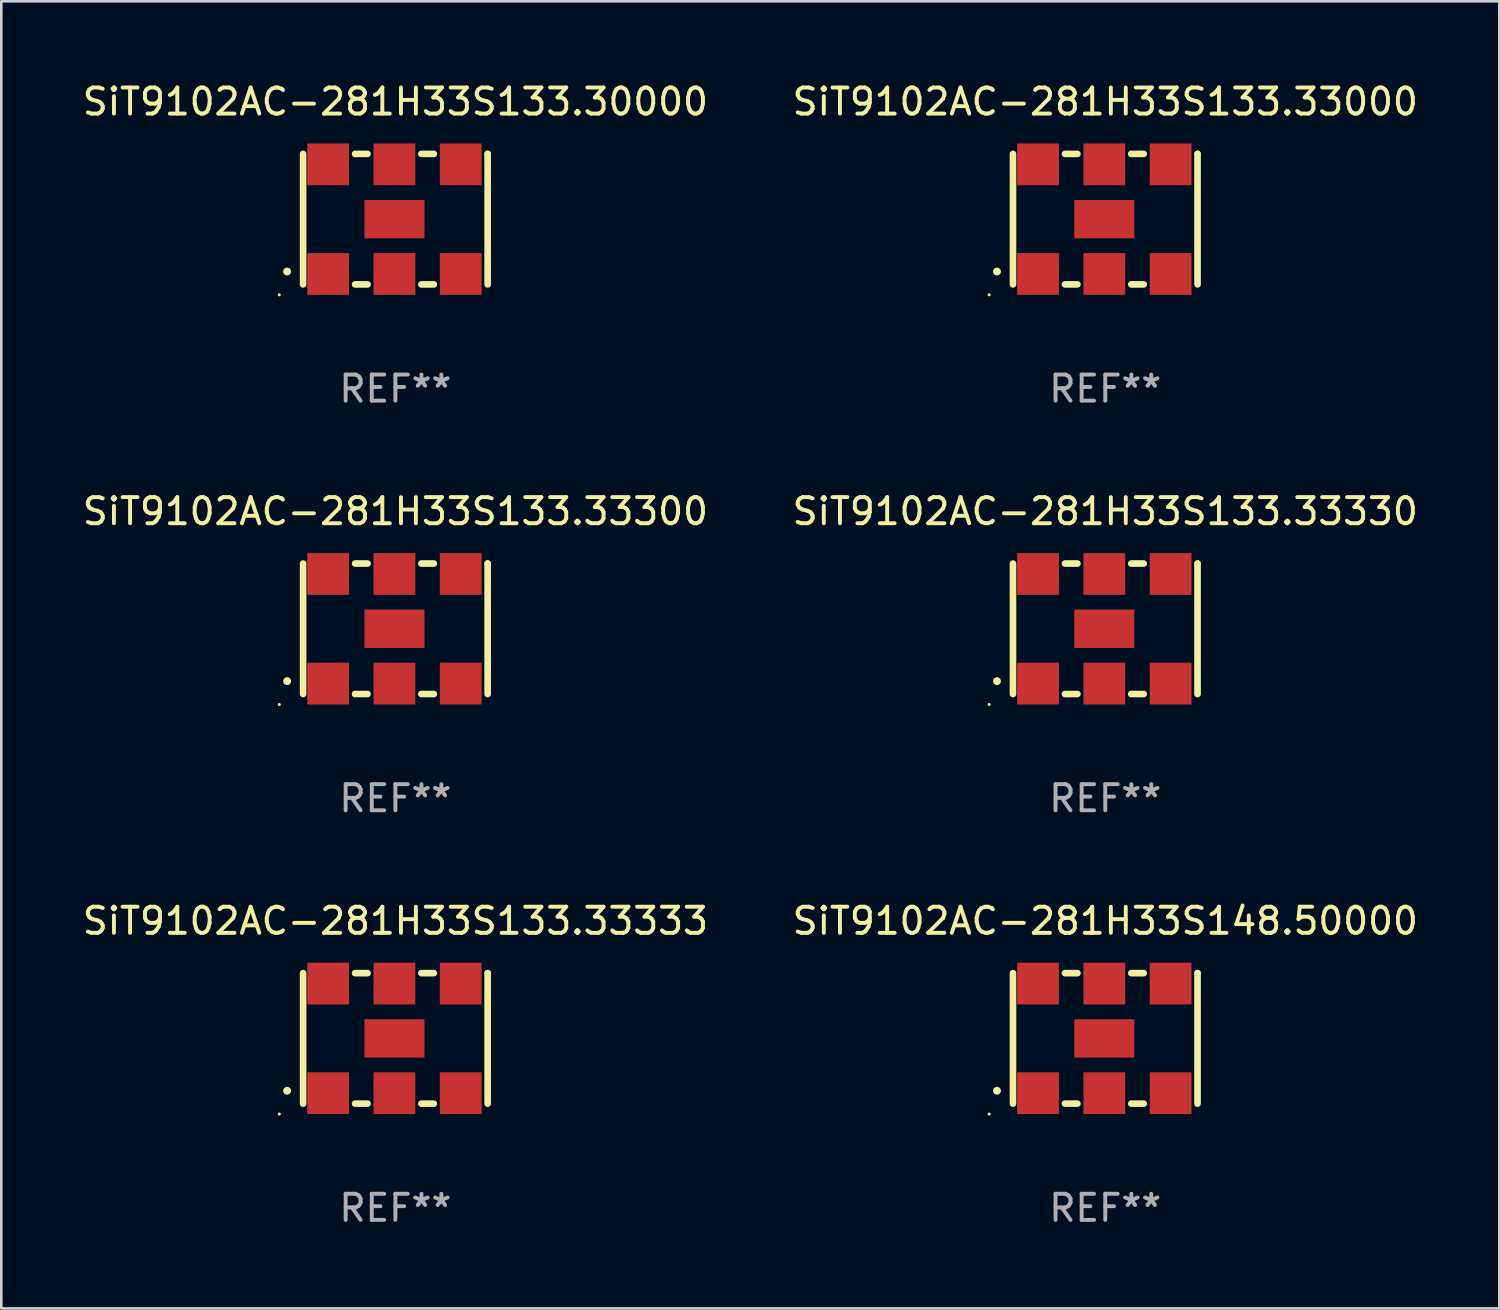
<source format=kicad_pcb>
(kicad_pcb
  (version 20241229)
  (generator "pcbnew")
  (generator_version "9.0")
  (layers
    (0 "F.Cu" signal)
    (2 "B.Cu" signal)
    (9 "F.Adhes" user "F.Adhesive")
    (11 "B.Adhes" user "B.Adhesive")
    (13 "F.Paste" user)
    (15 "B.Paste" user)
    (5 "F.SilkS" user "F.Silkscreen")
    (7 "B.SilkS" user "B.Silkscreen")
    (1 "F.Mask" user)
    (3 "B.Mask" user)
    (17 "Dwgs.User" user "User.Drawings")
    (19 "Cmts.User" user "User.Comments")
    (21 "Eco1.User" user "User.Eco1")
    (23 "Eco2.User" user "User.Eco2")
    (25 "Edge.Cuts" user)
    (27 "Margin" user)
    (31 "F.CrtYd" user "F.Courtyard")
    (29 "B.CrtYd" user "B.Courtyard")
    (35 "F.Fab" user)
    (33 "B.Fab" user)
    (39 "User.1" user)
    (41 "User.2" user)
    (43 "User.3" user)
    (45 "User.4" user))
  (footprint "SiT9102AC-281H33S133.33330"
    (layer "F.Cu")
    (at 39.304 21.045)
    (property "Reference" "SiT9102AC-281H33S133.33330" (at 0 -4.5 0) (layer "F.SilkS") (effects (font (size 1 1) (thickness 0.15))))
    (attr through_hole)
    (fp_line (start -3.536 -2.5) (end -3.536 2.5) (stroke (width 0.254) (type solid)) (layer "F.SilkS"))
    (fp_line (start -1.544 2.5) (end -1.067 2.5) (stroke (width 0.254) (type solid)) (layer "F.SilkS"))
    (fp_line (start -1.067 -2.5) (end -1.544 -2.5) (stroke (width 0.254) (type solid)) (layer "F.SilkS"))
    (fp_line (start 0.996 2.5) (end 1.473 2.5) (stroke (width 0.254) (type solid)) (layer "F.SilkS"))
    (fp_line (start 1.473 -2.5) (end 0.996 -2.5) (stroke (width 0.254) (type solid)) (layer "F.SilkS"))
    (fp_line (start 3.536 -2.5) (end 3.536 -2.5) (stroke (width 0.254) (type solid)) (layer "F.SilkS"))
    (fp_line (start 3.536 2.5) (end 3.536 -2.5) (stroke (width 0.254) (type solid)) (layer "F.SilkS"))
    (fp_arc (start -4.150432 2.006604) (mid -4.149162 2.006599) (end -4.147892 2.006604) (stroke (width 0.3) (type solid)) (layer "F.SilkS"))
    (fp_circle (center -4.449 2.9) (end -4.419 2.9) (stroke (width 0.06) (type solid)) (fill no) (layer "F.SilkS"))
    (fp_text user "REF**" (at 0 6.5 0) (layer "F.Fab") (effects (font (size 1 1) (thickness 0.15))))
    (pad "1" smd rect (at -2.576 2.1) (size 1.6 1.6) (layers "F.Cu" "F.Mask" "F.Paste"))
    (pad "2" smd rect (at -0.036 2.1) (size 1.6 1.6) (layers "F.Cu" "F.Mask" "F.Paste"))
    (pad "3" smd rect (at 2.504 2.1) (size 1.6 1.6) (layers "F.Cu" "F.Mask" "F.Paste"))
    (pad "4" smd rect (at 2.504 -2.1) (size 1.6 1.6) (layers "F.Cu" "F.Mask" "F.Paste"))
    (pad "5" smd rect (at -0.036 -2.1) (size 1.6 1.6) (layers "F.Cu" "F.Mask" "F.Paste"))
    (pad "6" smd rect (at -2.576 -2.1) (size 1.6 1.6) (layers "F.Cu" "F.Mask" "F.Paste"))
    (pad "7" smd rect (at -0.036 0) (size 2.3 1.47) (layers "F.Cu" "F.Mask" "F.Paste")))
  (footprint "SiT9102AC-281H33S133.30000"
    (layer "F.Cu")
    (at 12.101 5.348)
    (property "Reference" "SiT9102AC-281H33S133.30000" (at 0 -4.5 0) (layer "F.SilkS") (effects (font (size 1 1) (thickness 0.15))))
    (attr through_hole)
    (fp_line (start -3.536 -2.5) (end -3.536 2.5) (stroke (width 0.254) (type solid)) (layer "F.SilkS"))
    (fp_line (start -1.544 2.5) (end -1.067 2.5) (stroke (width 0.254) (type solid)) (layer "F.SilkS"))
    (fp_line (start -1.067 -2.5) (end -1.544 -2.5) (stroke (width 0.254) (type solid)) (layer "F.SilkS"))
    (fp_line (start 0.996 2.5) (end 1.473 2.5) (stroke (width 0.254) (type solid)) (layer "F.SilkS"))
    (fp_line (start 1.473 -2.5) (end 0.996 -2.5) (stroke (width 0.254) (type solid)) (layer "F.SilkS"))
    (fp_line (start 3.536 -2.5) (end 3.536 -2.5) (stroke (width 0.254) (type solid)) (layer "F.SilkS"))
    (fp_line (start 3.536 2.5) (end 3.536 -2.5) (stroke (width 0.254) (type solid)) (layer "F.SilkS"))
    (fp_arc (start -4.150432 2.006604) (mid -4.149162 2.006599) (end -4.147892 2.006604) (stroke (width 0.3) (type solid)) (layer "F.SilkS"))
    (fp_circle (center -4.449 2.9) (end -4.419 2.9) (stroke (width 0.06) (type solid)) (fill no) (layer "F.SilkS"))
    (fp_text user "REF**" (at 0 6.5 0) (layer "F.Fab") (effects (font (size 1 1) (thickness 0.15))))
    (pad "1" smd rect (at -2.576 2.1) (size 1.6 1.6) (layers "F.Cu" "F.Mask" "F.Paste"))
    (pad "2" smd rect (at -0.036 2.1) (size 1.6 1.6) (layers "F.Cu" "F.Mask" "F.Paste"))
    (pad "3" smd rect (at 2.504 2.1) (size 1.6 1.6) (layers "F.Cu" "F.Mask" "F.Paste"))
    (pad "4" smd rect (at 2.504 -2.1) (size 1.6 1.6) (layers "F.Cu" "F.Mask" "F.Paste"))
    (pad "5" smd rect (at -0.036 -2.1) (size 1.6 1.6) (layers "F.Cu" "F.Mask" "F.Paste"))
    (pad "6" smd rect (at -2.576 -2.1) (size 1.6 1.6) (layers "F.Cu" "F.Mask" "F.Paste"))
    (pad "7" smd rect (at -0.036 0) (size 2.3 1.47) (layers "F.Cu" "F.Mask" "F.Paste")))
  (footprint "SiT9102AC-281H33S133.33300"
    (layer "F.Cu")
    (at 12.101 21.045)
    (property "Reference" "SiT9102AC-281H33S133.33300" (at 0 -4.5 0) (layer "F.SilkS") (effects (font (size 1 1) (thickness 0.15))))
    (attr through_hole)
    (fp_line (start -3.536 -2.5) (end -3.536 2.5) (stroke (width 0.254) (type solid)) (layer "F.SilkS"))
    (fp_line (start -1.544 2.5) (end -1.067 2.5) (stroke (width 0.254) (type solid)) (layer "F.SilkS"))
    (fp_line (start -1.067 -2.5) (end -1.544 -2.5) (stroke (width 0.254) (type solid)) (layer "F.SilkS"))
    (fp_line (start 0.996 2.5) (end 1.473 2.5) (stroke (width 0.254) (type solid)) (layer "F.SilkS"))
    (fp_line (start 1.473 -2.5) (end 0.996 -2.5) (stroke (width 0.254) (type solid)) (layer "F.SilkS"))
    (fp_line (start 3.536 -2.5) (end 3.536 -2.5) (stroke (width 0.254) (type solid)) (layer "F.SilkS"))
    (fp_line (start 3.536 2.5) (end 3.536 -2.5) (stroke (width 0.254) (type solid)) (layer "F.SilkS"))
    (fp_arc (start -4.150432 2.006604) (mid -4.149162 2.006599) (end -4.147892 2.006604) (stroke (width 0.3) (type solid)) (layer "F.SilkS"))
    (fp_circle (center -4.449 2.9) (end -4.419 2.9) (stroke (width 0.06) (type solid)) (fill no) (layer "F.SilkS"))
    (fp_text user "REF**" (at 0 6.5 0) (layer "F.Fab") (effects (font (size 1 1) (thickness 0.15))))
    (pad "1" smd rect (at -2.576 2.1) (size 1.6 1.6) (layers "F.Cu" "F.Mask" "F.Paste"))
    (pad "2" smd rect (at -0.036 2.1) (size 1.6 1.6) (layers "F.Cu" "F.Mask" "F.Paste"))
    (pad "3" smd rect (at 2.504 2.1) (size 1.6 1.6) (layers "F.Cu" "F.Mask" "F.Paste"))
    (pad "4" smd rect (at 2.504 -2.1) (size 1.6 1.6) (layers "F.Cu" "F.Mask" "F.Paste"))
    (pad "5" smd rect (at -0.036 -2.1) (size 1.6 1.6) (layers "F.Cu" "F.Mask" "F.Paste"))
    (pad "6" smd rect (at -2.576 -2.1) (size 1.6 1.6) (layers "F.Cu" "F.Mask" "F.Paste"))
    (pad "7" smd rect (at -0.036 0) (size 2.3 1.47) (layers "F.Cu" "F.Mask" "F.Paste")))
  (footprint "SiT9102AC-281H33S133.33000"
    (layer "F.Cu")
    (at 39.304 5.348)
    (property "Reference" "SiT9102AC-281H33S133.33000" (at 0 -4.5 0) (layer "F.SilkS") (effects (font (size 1 1) (thickness 0.15))))
    (attr through_hole)
    (fp_line (start -3.536 -2.5) (end -3.536 2.5) (stroke (width 0.254) (type solid)) (layer "F.SilkS"))
    (fp_line (start -1.544 2.5) (end -1.067 2.5) (stroke (width 0.254) (type solid)) (layer "F.SilkS"))
    (fp_line (start -1.067 -2.5) (end -1.544 -2.5) (stroke (width 0.254) (type solid)) (layer "F.SilkS"))
    (fp_line (start 0.996 2.5) (end 1.473 2.5) (stroke (width 0.254) (type solid)) (layer "F.SilkS"))
    (fp_line (start 1.473 -2.5) (end 0.996 -2.5) (stroke (width 0.254) (type solid)) (layer "F.SilkS"))
    (fp_line (start 3.536 -2.5) (end 3.536 -2.5) (stroke (width 0.254) (type solid)) (layer "F.SilkS"))
    (fp_line (start 3.536 2.5) (end 3.536 -2.5) (stroke (width 0.254) (type solid)) (layer "F.SilkS"))
    (fp_arc (start -4.150432 2.006604) (mid -4.149162 2.006599) (end -4.147892 2.006604) (stroke (width 0.3) (type solid)) (layer "F.SilkS"))
    (fp_circle (center -4.449 2.9) (end -4.419 2.9) (stroke (width 0.06) (type solid)) (fill no) (layer "F.SilkS"))
    (fp_text user "REF**" (at 0 6.5 0) (layer "F.Fab") (effects (font (size 1 1) (thickness 0.15))))
    (pad "1" smd rect (at -2.576 2.1) (size 1.6 1.6) (layers "F.Cu" "F.Mask" "F.Paste"))
    (pad "2" smd rect (at -0.036 2.1) (size 1.6 1.6) (layers "F.Cu" "F.Mask" "F.Paste"))
    (pad "3" smd rect (at 2.504 2.1) (size 1.6 1.6) (layers "F.Cu" "F.Mask" "F.Paste"))
    (pad "4" smd rect (at 2.504 -2.1) (size 1.6 1.6) (layers "F.Cu" "F.Mask" "F.Paste"))
    (pad "5" smd rect (at -0.036 -2.1) (size 1.6 1.6) (layers "F.Cu" "F.Mask" "F.Paste"))
    (pad "6" smd rect (at -2.576 -2.1) (size 1.6 1.6) (layers "F.Cu" "F.Mask" "F.Paste"))
    (pad "7" smd rect (at -0.036 0) (size 2.3 1.47) (layers "F.Cu" "F.Mask" "F.Paste")))
  (footprint "SiT9102AC-281H33S148.50000"
    (layer "F.Cu")
    (at 39.304 36.741)
    (property "Reference" "SiT9102AC-281H33S148.50000" (at 0 -4.5 0) (layer "F.SilkS") (effects (font (size 1 1) (thickness 0.15))))
    (attr through_hole)
    (fp_line (start -3.536 -2.5) (end -3.536 2.5) (stroke (width 0.254) (type solid)) (layer "F.SilkS"))
    (fp_line (start -1.544 2.5) (end -1.067 2.5) (stroke (width 0.254) (type solid)) (layer "F.SilkS"))
    (fp_line (start -1.067 -2.5) (end -1.544 -2.5) (stroke (width 0.254) (type solid)) (layer "F.SilkS"))
    (fp_line (start 0.996 2.5) (end 1.473 2.5) (stroke (width 0.254) (type solid)) (layer "F.SilkS"))
    (fp_line (start 1.473 -2.5) (end 0.996 -2.5) (stroke (width 0.254) (type solid)) (layer "F.SilkS"))
    (fp_line (start 3.536 -2.5) (end 3.536 -2.5) (stroke (width 0.254) (type solid)) (layer "F.SilkS"))
    (fp_line (start 3.536 2.5) (end 3.536 -2.5) (stroke (width 0.254) (type solid)) (layer "F.SilkS"))
    (fp_arc (start -4.150432 2.006604) (mid -4.149162 2.006599) (end -4.147892 2.006604) (stroke (width 0.3) (type solid)) (layer "F.SilkS"))
    (fp_circle (center -4.449 2.9) (end -4.419 2.9) (stroke (width 0.06) (type solid)) (fill no) (layer "F.SilkS"))
    (fp_text user "REF**" (at 0 6.5 0) (layer "F.Fab") (effects (font (size 1 1) (thickness 0.15))))
    (pad "1" smd rect (at -2.576 2.1) (size 1.6 1.6) (layers "F.Cu" "F.Mask" "F.Paste"))
    (pad "2" smd rect (at -0.036 2.1) (size 1.6 1.6) (layers "F.Cu" "F.Mask" "F.Paste"))
    (pad "3" smd rect (at 2.504 2.1) (size 1.6 1.6) (layers "F.Cu" "F.Mask" "F.Paste"))
    (pad "4" smd rect (at 2.504 -2.1) (size 1.6 1.6) (layers "F.Cu" "F.Mask" "F.Paste"))
    (pad "5" smd rect (at -0.036 -2.1) (size 1.6 1.6) (layers "F.Cu" "F.Mask" "F.Paste"))
    (pad "6" smd rect (at -2.576 -2.1) (size 1.6 1.6) (layers "F.Cu" "F.Mask" "F.Paste"))
    (pad "7" smd rect (at -0.036 0) (size 2.3 1.47) (layers "F.Cu" "F.Mask" "F.Paste")))
  (footprint "SiT9102AC-281H33S133.33333"
    (layer "F.Cu")
    (at 12.101 36.741)
    (property "Reference" "SiT9102AC-281H33S133.33333" (at 0 -4.5 0) (layer "F.SilkS") (effects (font (size 1 1) (thickness 0.15))))
    (attr through_hole)
    (fp_line (start -3.536 -2.5) (end -3.536 2.5) (stroke (width 0.254) (type solid)) (layer "F.SilkS"))
    (fp_line (start -1.544 2.5) (end -1.067 2.5) (stroke (width 0.254) (type solid)) (layer "F.SilkS"))
    (fp_line (start -1.067 -2.5) (end -1.544 -2.5) (stroke (width 0.254) (type solid)) (layer "F.SilkS"))
    (fp_line (start 0.996 2.5) (end 1.473 2.5) (stroke (width 0.254) (type solid)) (layer "F.SilkS"))
    (fp_line (start 1.473 -2.5) (end 0.996 -2.5) (stroke (width 0.254) (type solid)) (layer "F.SilkS"))
    (fp_line (start 3.536 -2.5) (end 3.536 -2.5) (stroke (width 0.254) (type solid)) (layer "F.SilkS"))
    (fp_line (start 3.536 2.5) (end 3.536 -2.5) (stroke (width 0.254) (type solid)) (layer "F.SilkS"))
    (fp_arc (start -4.150432 2.006604) (mid -4.149162 2.006599) (end -4.147892 2.006604) (stroke (width 0.3) (type solid)) (layer "F.SilkS"))
    (fp_circle (center -4.449 2.9) (end -4.419 2.9) (stroke (width 0.06) (type solid)) (fill no) (layer "F.SilkS"))
    (fp_text user "REF**" (at 0 6.5 0) (layer "F.Fab") (effects (font (size 1 1) (thickness 0.15))))
    (pad "1" smd rect (at -2.576 2.1) (size 1.6 1.6) (layers "F.Cu" "F.Mask" "F.Paste"))
    (pad "2" smd rect (at -0.036 2.1) (size 1.6 1.6) (layers "F.Cu" "F.Mask" "F.Paste"))
    (pad "3" smd rect (at 2.504 2.1) (size 1.6 1.6) (layers "F.Cu" "F.Mask" "F.Paste"))
    (pad "4" smd rect (at 2.504 -2.1) (size 1.6 1.6) (layers "F.Cu" "F.Mask" "F.Paste"))
    (pad "5" smd rect (at -0.036 -2.1) (size 1.6 1.6) (layers "F.Cu" "F.Mask" "F.Paste"))
    (pad "6" smd rect (at -2.576 -2.1) (size 1.6 1.6) (layers "F.Cu" "F.Mask" "F.Paste"))
    (pad "7" smd rect (at -0.036 0) (size 2.3 1.47) (layers "F.Cu" "F.Mask" "F.Paste")))
  (gr_rect
    (start -3 -3)
    (end 54.405 47.09)
    (stroke (width 0.1) (type default))
    (fill no)
    (layer "Edge.Cuts")))
</source>
